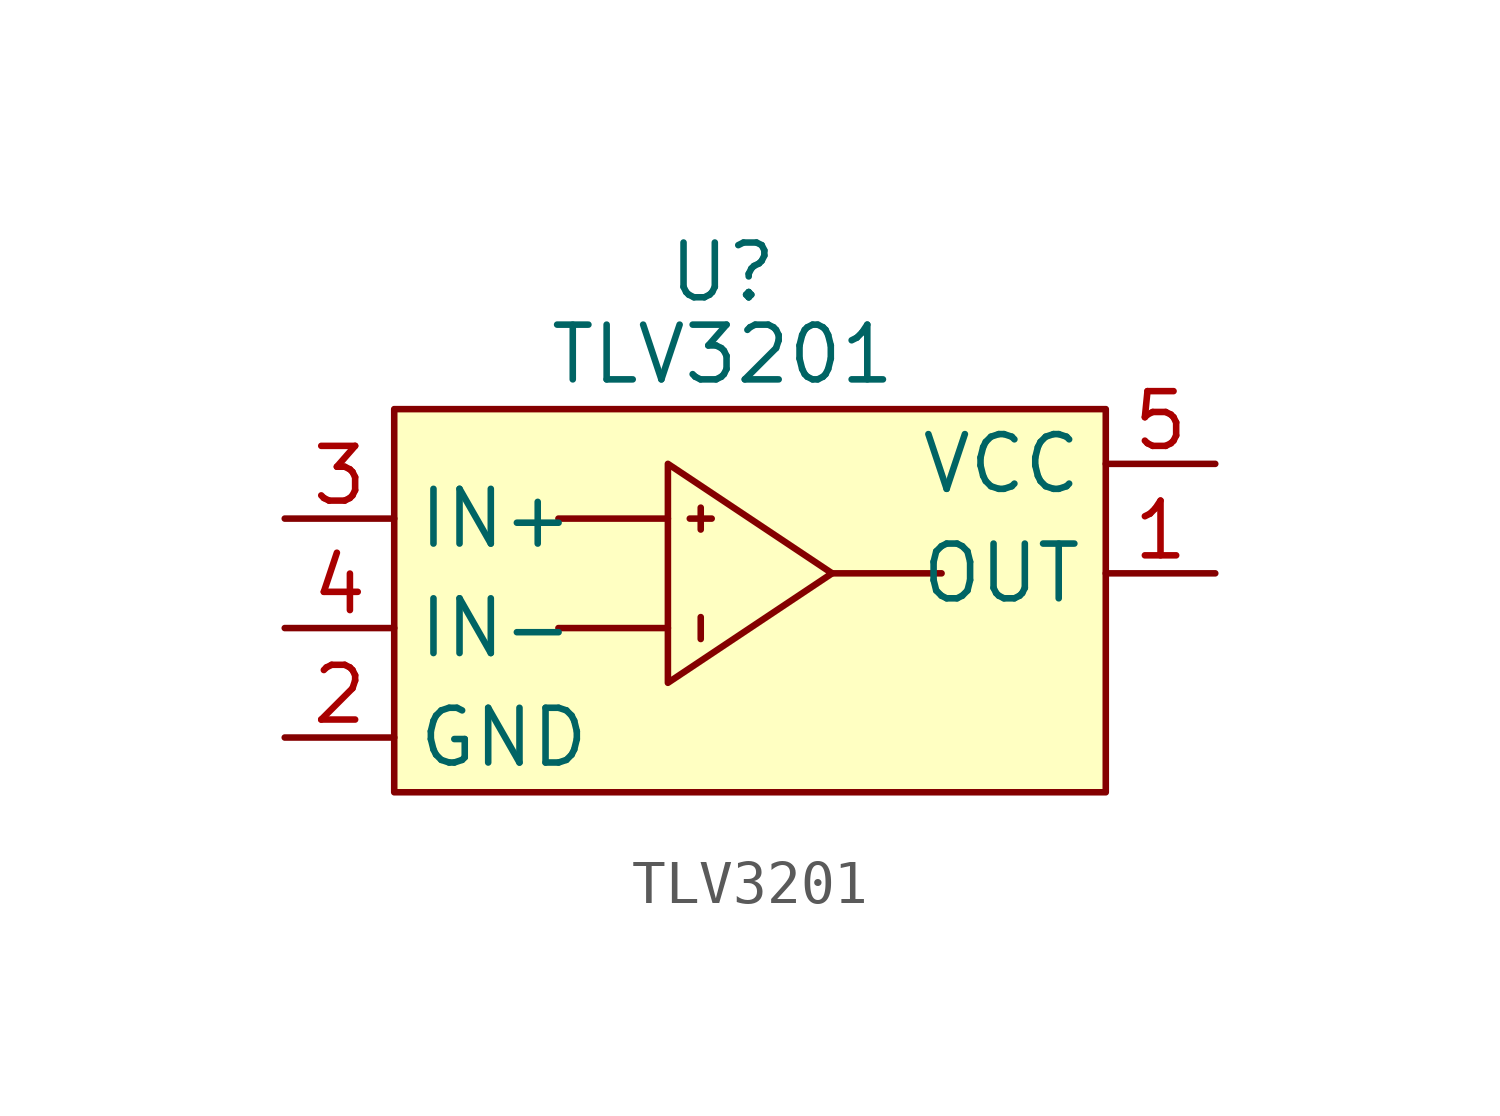
<source format=kicad_sym>
(kicad_symbol_lib
  (version 20231120)
  (generator "kicad_symbol_editor")
  (generator_version "8.0")
  (symbol "TLV3201"
    (property "Reference" "U"
      (at 0 8.255 0)
      (effects (font (size 1.27 1.27))))
    (property "Value" "TLV3201"
      (at 0 6.35 0)
      (effects (font (size 1.27 1.27))))
    (symbol "TLV3201_0_1"
      (rectangle (start -7.62 5.08) (end 8.89 -3.81) (stroke (width 0) (type default)) (fill (type background)))
      (polyline (pts (xy -0.508 0.254) (xy -0.508 -0.254)) (stroke (width 0) (type default)) (fill (type none)))
      (polyline (pts (xy -0.508 2.286) (xy -0.508 2.794)) (stroke (width 0) (type default)) (fill (type none)))
      (polyline (pts (xy -0.254 2.54) (xy -0.762 2.54)) (stroke (width 0) (type default)) (fill (type none)))
      (polyline (pts (xy 2.54 1.27) (xy 3.81 1.27) (xy 5.08 1.27)) (stroke (width 0) (type default)) (fill (type none)))
      (polyline (pts (xy -1.27 0) (xy -2.54 0) (xy -3.81 0) (xy -3.81 0)) (stroke (width 0) (type default)) (fill (type none)))
      (polyline (pts (xy -1.27 2.54) (xy -2.54 2.54) (xy -3.81 2.54) (xy -3.81 2.54)) (stroke (width 0) (type default)) (fill (type none)))
      (polyline (pts (xy -1.27 1.27) (xy -1.27 3.81) (xy 2.54 1.27) (xy -1.27 -1.27) (xy -1.27 1.27)) (stroke (width 0) (type default)) (fill (type none))))
    (symbol "TLV3201_1_1"
      (pin output line (at 11.43 1.27 180) (length 2.54) (name "OUT" (effects (font (size 1.27 1.27)))) (number "1" (effects (font (size 1.27 1.27)))))
      (pin power_in line (at -10.16 -2.54 0) (length 2.54) (name "GND" (effects (font (size 1.27 1.27)))) (number "2" (effects (font (size 1.27 1.27)))))
      (pin input line (at -10.16 2.54 0) (length 2.54) (name "IN+" (effects (font (size 1.27 1.27)))) (number "3" (effects (font (size 1.27 1.27)))))
      (pin input line (at -10.16 0 0) (length 2.54) (name "IN-" (effects (font (size 1.27 1.27)))) (number "4" (effects (font (size 1.27 1.27)))))
      (pin power_in line (at 11.43 3.81 180) (length 2.54) (name "VCC" (effects (font (size 1.27 1.27)))) (number "5" (effects (font (size 1.27 1.27))))))))
</source>
